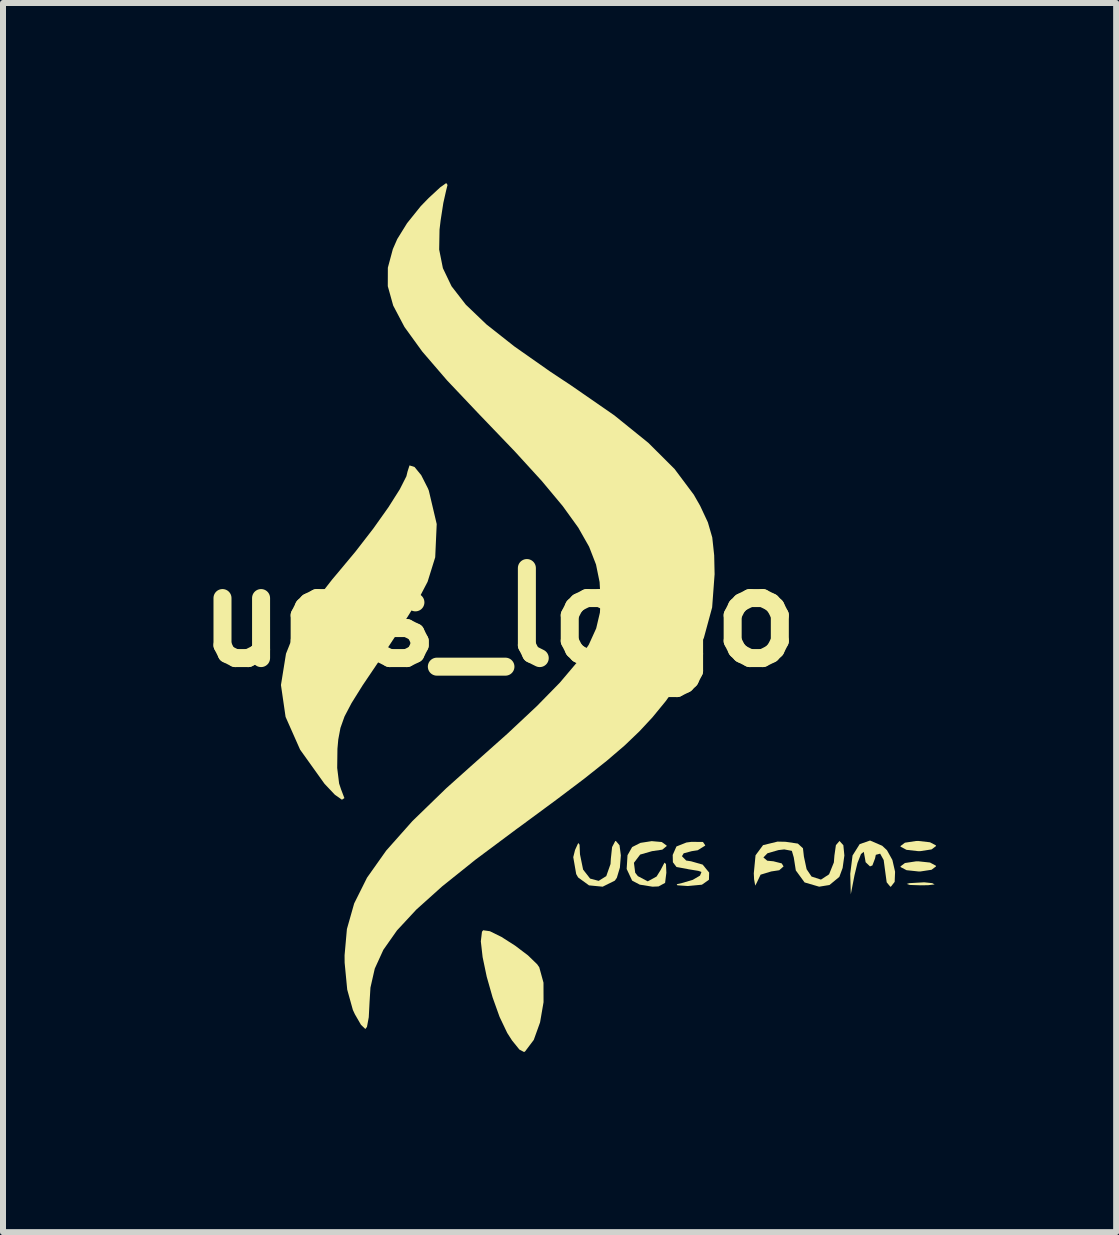
<source format=kicad_pcb>
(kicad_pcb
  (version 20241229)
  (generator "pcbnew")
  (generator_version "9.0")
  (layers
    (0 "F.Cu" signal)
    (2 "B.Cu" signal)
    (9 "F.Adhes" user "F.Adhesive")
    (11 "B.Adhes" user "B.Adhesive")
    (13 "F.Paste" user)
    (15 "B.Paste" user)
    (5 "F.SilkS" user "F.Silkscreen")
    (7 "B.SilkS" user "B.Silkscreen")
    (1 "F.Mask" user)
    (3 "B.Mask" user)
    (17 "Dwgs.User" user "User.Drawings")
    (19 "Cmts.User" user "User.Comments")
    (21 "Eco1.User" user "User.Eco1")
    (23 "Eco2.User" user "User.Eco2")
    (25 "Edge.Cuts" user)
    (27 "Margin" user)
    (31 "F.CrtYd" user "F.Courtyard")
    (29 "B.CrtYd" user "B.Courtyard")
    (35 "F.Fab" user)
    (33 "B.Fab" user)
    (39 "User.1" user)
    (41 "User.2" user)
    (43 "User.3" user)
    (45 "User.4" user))
  (footprint "ugs_logo"
    (layer "F.Cu")
    (at 5.264 7.236)
    (property "Reference" "ugs_logo" (at 0 0 0) (layer "F.SilkS") (effects (font (size 1.5 1.5) (thickness 0.3))))
    (attr board_only exclude_from_pos_files exclude_from_bom)
    (fp_poly (pts (xy 7.218 4.428) (xy 7.258 4.449) (xy 7.152 4.462) (xy 7.027 4.464) (xy 6.844 4.458) (xy 6.794 4.441) (xy 6.837 4.428) (xy 7.084 4.414)) (stroke (width 0) (type solid)) (fill yes) (layer "F.SilkS"))
    (fp_poly (pts (xy 7.181 3.747) (xy 7.279 3.799) (xy 7.281 3.81) (xy 7.207 3.866) (xy 7.024 3.894) (xy 6.985 3.895) (xy 6.789 3.873) (xy 6.691 3.821) (xy 6.689 3.81) (xy 6.763 3.754) (xy 6.946 3.726) (xy 6.985 3.725)) (stroke (width 0) (type solid)) (fill yes) (layer "F.SilkS"))
    (fp_poly (pts (xy 7.181 4.085) (xy 7.279 4.138) (xy 7.281 4.149) (xy 7.207 4.205) (xy 7.024 4.233) (xy 6.985 4.233) (xy 6.789 4.212) (xy 6.691 4.16) (xy 6.689 4.149) (xy 6.763 4.093) (xy 6.946 4.065) (xy 6.985 4.064)) (stroke (width 0) (type solid)) (fill yes) (layer "F.SilkS"))
    (fp_poly (pts (xy -0.152 5.229) (xy 0.041 5.324) (xy 0.268 5.469) (xy 0.482 5.631) (xy 0.636 5.78) (xy 0.671 5.831) (xy 0.741 6.086) (xy 0.742 6.411) (xy 0.684 6.748) (xy 0.579 7.04) (xy 0.436 7.23) (xy 0.418 7.242) (xy 0.34 7.201) (xy 0.217 7.049) (xy 0.137 6.924) (xy 0.01 6.658) (xy -0.107 6.331) (xy -0.205 5.986) (xy -0.273 5.661) (xy -0.303 5.398) (xy -0.284 5.238) (xy -0.264 5.213)) (stroke (width 0) (type solid)) (fill yes) (layer "F.SilkS"))
    (fp_poly (pts (xy 2.008 3.797) (xy 2.03 3.966) (xy 2.014 4.169) (xy 1.963 4.339) (xy 1.93 4.386) (xy 1.727 4.487) (xy 1.499 4.465) (xy 1.318 4.333) (xy 1.286 4.277) (xy 1.237 3.995) (xy 1.267 3.875) (xy 1.32 3.759) (xy 1.342 3.787) (xy 1.349 3.948) (xy 1.401 4.202) (xy 1.518 4.352) (xy 1.66 4.39) (xy 1.787 4.311) (xy 1.858 4.109) (xy 1.863 4.024) (xy 1.884 3.827) (xy 1.936 3.728) (xy 1.947 3.725)) (stroke (width 0) (type solid)) (fill yes) (layer "F.SilkS"))
    (fp_poly (pts (xy 2.712 3.743) (xy 2.793 3.802) (xy 2.794 3.81) (xy 2.721 3.87) (xy 2.55 3.895) (xy 2.352 3.952) (xy 2.248 4.089) (xy 2.269 4.254) (xy 2.313 4.311) (xy 2.478 4.398) (xy 2.625 4.318) (xy 2.691 4.212) (xy 2.757 4.086) (xy 2.782 4.11) (xy 2.788 4.255) (xy 2.767 4.424) (xy 2.657 4.483) (xy 2.557 4.487) (xy 2.345 4.453) (xy 2.218 4.386) (xy 2.127 4.192) (xy 2.141 3.963) (xy 2.218 3.827) (xy 2.356 3.757) (xy 2.544 3.728)) (stroke (width 0) (type solid)) (fill yes) (layer "F.SilkS"))
    (fp_poly (pts (xy 6.384 3.805) (xy 6.464 3.88) (xy 6.554 4.042) (xy 6.599 4.238) (xy 6.592 4.407) (xy 6.529 4.487) (xy 6.519 4.487) (xy 6.459 4.414) (xy 6.435 4.238) (xy 6.409 4.043) (xy 6.35 3.937) (xy 6.278 3.956) (xy 6.265 4.017) (xy 6.221 4.133) (xy 6.181 4.149) (xy 6.108 4.079) (xy 6.096 4.008) (xy 6.077 3.906) (xy 6.031 3.943) (xy 5.972 4.093) (xy 5.923 4.296) (xy 5.861 4.614) (xy 5.852 4.271) (xy 5.89 3.968) (xy 6.009 3.778) (xy 6.182 3.718)) (stroke (width 0) (type solid)) (fill yes) (layer "F.SilkS"))
    (fp_poly (pts (xy 3.398 3.742) (xy 3.436 3.798) (xy 3.433 3.804) (xy 3.31 3.88) (xy 3.212 3.895) (xy 3.077 3.931) (xy 3.048 3.979) (xy 3.118 4.051) (xy 3.2 4.064) (xy 3.393 4.119) (xy 3.501 4.252) (xy 3.498 4.371) (xy 3.381 4.454) (xy 3.145 4.476) (xy 2.972 4.464) (xy 2.961 4.446) (xy 3.048 4.426) (xy 3.228 4.373) (xy 3.349 4.302) (xy 3.373 4.242) (xy 3.319 4.223) (xy 3.153 4.196) (xy 3.133 4.191) (xy 2.968 4.161) (xy 2.957 4.159) (xy 2.897 4.08) (xy 2.894 3.958) (xy 2.956 3.817) (xy 3.122 3.751) (xy 3.205 3.74)) (stroke (width 0) (type solid)) (fill yes) (layer "F.SilkS"))
    (fp_poly (pts (xy 5.737 3.796) (xy 5.754 3.967) (xy 5.725 4.175) (xy 5.67 4.324) (xy 5.506 4.459) (xy 5.334 4.487) (xy 5.091 4.416) (xy 4.945 4.216) (xy 4.911 4) (xy 4.879 3.89) (xy 4.752 3.866) (xy 4.657 3.877) (xy 4.473 3.93) (xy 4.405 4) (xy 4.469 4.054) (xy 4.572 4.064) (xy 4.71 4.099) (xy 4.741 4.149) (xy 4.669 4.213) (xy 4.536 4.233) (xy 4.358 4.287) (xy 4.293 4.424) (xy 4.269 4.469) (xy 4.25 4.366) (xy 4.245 4.265) (xy 4.274 3.964) (xy 4.399 3.795) (xy 4.64 3.736) (xy 4.775 3.739) (xy 4.979 3.769) (xy 5.064 3.847) (xy 5.08 3.986) (xy 5.125 4.196) (xy 5.207 4.318) (xy 5.364 4.369) (xy 5.499 4.281) (xy 5.579 4.083) (xy 5.588 3.969) (xy 5.613 3.795) (xy 5.673 3.725)) (stroke (width 0) (type solid)) (fill yes) (layer "F.SilkS"))
    (fp_poly (pts (xy -1.407 -2.505) (xy -1.296 -2.369) (xy -1.183 -2.146) (xy -1.169 -2.11) (xy -1.038 -1.555) (xy -1.063 -1.001) (xy -1.19 -0.593) (xy -1.303 -0.377) (xy -1.489 -0.064) (xy -1.723 0.308) (xy -1.979 0.698) (xy -2.008 0.741) (xy -2.274 1.135) (xy -2.457 1.428) (xy -2.574 1.651) (xy -2.642 1.842) (xy -2.678 2.034) (xy -2.692 2.189) (xy -2.696 2.509) (xy -2.664 2.768) (xy -2.631 2.867) (xy -2.576 3.011) (xy -2.617 3.038) (xy -2.735 2.955) (xy -2.907 2.773) (xy -3.314 2.204) (xy -3.556 1.658) (xy -3.633 1.127) (xy -3.549 0.605) (xy -3.441 0.334) (xy -3.28 0.052) (xy -3.045 -0.291) (xy -2.78 -0.631) (xy -2.705 -0.72) (xy -2.389 -1.099) (xy -2.095 -1.479) (xy -1.843 -1.834) (xy -1.653 -2.134) (xy -1.543 -2.351) (xy -1.524 -2.43) (xy -1.491 -2.532)) (stroke (width 0) (type solid)) (fill yes) (layer "F.SilkS"))
    (fp_poly (pts (xy -0.858 -7.204) (xy -0.881 -7.112) (xy -0.928 -6.903) (xy -0.973 -6.612) (xy -0.991 -6.461) (xy -0.997 -6.128) (xy -0.935 -5.818) (xy -0.791 -5.517) (xy -0.553 -5.21) (xy -0.208 -4.88) (xy 0.256 -4.514) (xy 0.853 -4.095) (xy 1.206 -3.861) (xy 1.921 -3.366) (xy 2.489 -2.907) (xy 2.925 -2.472) (xy 3.244 -2.046) (xy 3.351 -1.859) (xy 3.48 -1.583) (xy 3.553 -1.331) (xy 3.585 -1.034) (xy 3.592 -0.72) (xy 3.551 -0.166) (xy 3.413 0.342) (xy 3.163 0.846) (xy 2.783 1.389) (xy 2.757 1.421) (xy 2.556 1.666) (xy 2.342 1.896) (xy 2.096 2.132) (xy 1.796 2.389) (xy 1.421 2.687) (xy 0.951 3.042) (xy 0.365 3.474) (xy 0.296 3.524) (xy -0.392 4.037) (xy -0.945 4.48) (xy -1.377 4.868) (xy -1.7 5.216) (xy -1.927 5.539) (xy -2.07 5.852) (xy -2.142 6.169) (xy -2.157 6.413) (xy -2.17 6.662) (xy -2.2 6.823) (xy -2.227 6.858) (xy -2.3 6.788) (xy -2.401 6.613) (xy -2.435 6.54) (xy -2.529 6.202) (xy -2.572 5.754) (xy -2.573 5.63) (xy -2.534 5.192) (xy -2.413 4.766) (xy -2.199 4.337) (xy -1.879 3.885) (xy -1.443 3.394) (xy -0.879 2.847) (xy -0.479 2.489) (xy 0.138 1.94) (xy 0.631 1.478) (xy 1.014 1.087) (xy 1.298 0.751) (xy 1.496 0.455) (xy 1.619 0.184) (xy 1.681 -0.079) (xy 1.693 -0.282) (xy 1.676 -0.588) (xy 1.616 -0.881) (xy 1.501 -1.177) (xy 1.32 -1.496) (xy 1.061 -1.855) (xy 0.713 -2.272) (xy 0.262 -2.766) (xy -0.302 -3.354) (xy -0.331 -3.384) (xy -0.867 -3.95) (xy -1.279 -4.429) (xy -1.575 -4.838) (xy -1.763 -5.195) (xy -1.853 -5.518) (xy -1.852 -5.826) (xy -1.769 -6.135) (xy -1.695 -6.304) (xy -1.532 -6.567) (xy -1.304 -6.851) (xy -1.172 -6.987) (xy -0.977 -7.167) (xy -0.879 -7.236)) (stroke (width 0) (type solid)) (fill yes) (layer "F.SilkS")))
  (gr_rect
    (start -3 -3)
    (end 15.546 17.478)
    (stroke (width 0.1) (type default))
    (fill no)
    (layer "Edge.Cuts")))
</source>
